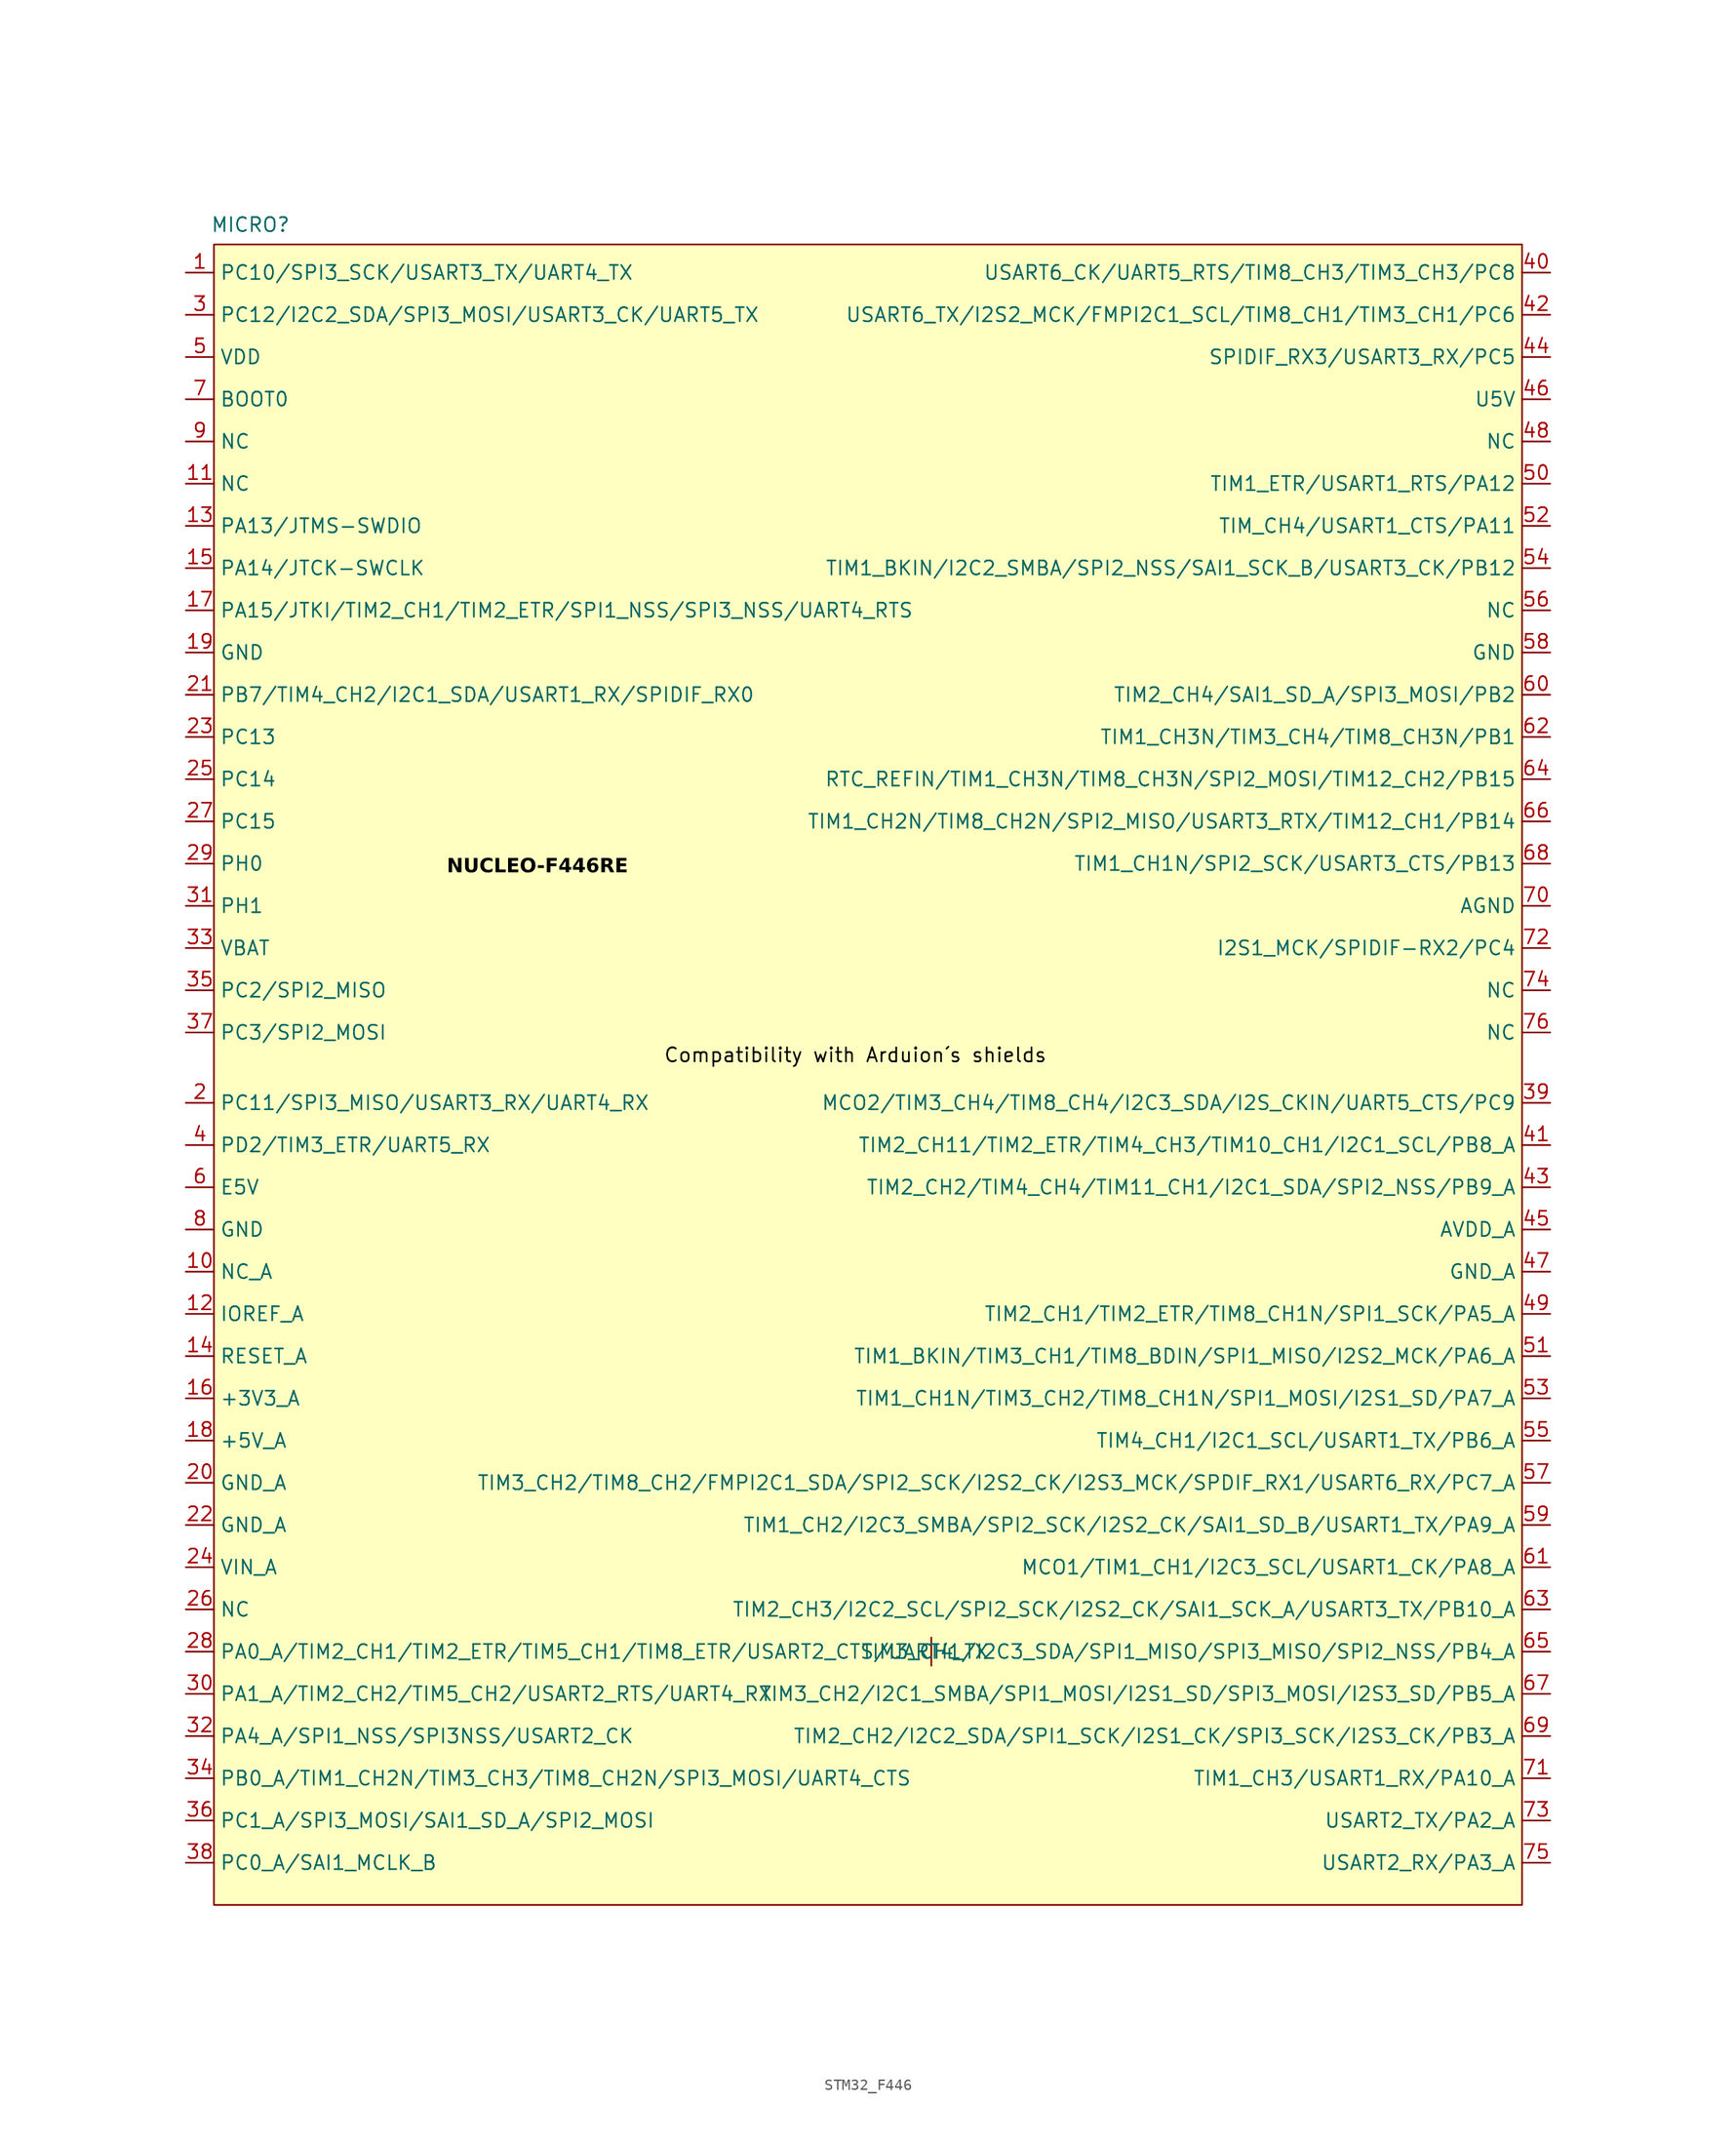
<source format=kicad_sym>
(kicad_symbol_lib
  (version 20231120)
  (generator "kicad_symbol_editor")
  (generator_version "8.0")
  (symbol "STM32_F446"
    (property "Reference" "MICRO"
      (at -38.608 41.148 0)
      (effects (font (size 1.27 1.27))))
    (property "Value" ""
      (at -43.18 -22.86 0)
      (effects (font (size 1.27 1.27))))
    (symbol "STM32_F446_1_1"
      (rectangle (start -41.91 39.37) (end 76.2 -110.49) (stroke (width 0) (type default)) (fill (type background)))
      (polyline (pts (xy 22.86 -86.36) (xy 22.86 -88.9)) (stroke (width 0) (type solid)) (fill (type none)))
      (text "Compatibility with Arduion´s shields" (at 16.002 -33.782 0) (effects (font (size 1.27 1.27) (color 0 0 0 1))))
      (text "NUCLEO-F446RE" (at -12.7 -16.764 0) (effects (font (face "Arial") (size 1.27 1.27) (thickness 0.254) (bold yes) (color 0 0 0 1))))
      (pin bidirectional line (at -44.45 36.83 0) (length 2.54) (name "PC10/SPI3_SCK/USART3_TX/UART4_TX" (effects (font (size 1.27 1.27)))) (number "1" (effects (font (size 1.27 1.27)))))
      (pin bidirectional line (at -44.45 -53.34 0) (length 2.54) (name "NC_A" (effects (font (size 1.27 1.27)))) (number "10" (effects (font (size 1.27 1.27)))))
      (pin bidirectional line (at -44.45 17.78 0) (length 2.54) (name "NC" (effects (font (size 1.27 1.27)))) (number "11" (effects (font (size 1.27 1.27)))))
      (pin bidirectional line (at -44.45 -57.15 0) (length 2.54) (name "IOREF_A" (effects (font (size 1.27 1.27)))) (number "12" (effects (font (size 1.27 1.27)))))
      (pin bidirectional line (at -44.45 13.97 0) (length 2.54) (name "PA13/JTMS-SWDIO" (effects (font (size 1.27 1.27)))) (number "13" (effects (font (size 1.27 1.27)))))
      (pin bidirectional line (at -44.45 -60.96 0) (length 2.54) (name "RESET_A" (effects (font (size 1.27 1.27)))) (number "14" (effects (font (size 1.27 1.27)))))
      (pin bidirectional line (at -44.45 10.16 0) (length 2.54) (name "PA14/JTCK-SWCLK" (effects (font (size 1.27 1.27)))) (number "15" (effects (font (size 1.27 1.27)))))
      (pin bidirectional line (at -44.45 -64.77 0) (length 2.54) (name "+3V3_A" (effects (font (size 1.27 1.27)))) (number "16" (effects (font (size 1.27 1.27)))))
      (pin bidirectional line (at -44.45 6.35 0) (length 2.54) (name "PA15/JTKI/TIM2_CH1/TIM2_ETR/SPI1_NSS/SPI3_NSS/UART4_RTS" (effects (font (size 1.27 1.27)))) (number "17" (effects (font (size 1.27 1.27)))))
      (pin bidirectional line (at -44.45 -68.58 0) (length 2.54) (name "+5V_A" (effects (font (size 1.27 1.27)))) (number "18" (effects (font (size 1.27 1.27)))))
      (pin bidirectional line (at -44.45 2.54 0) (length 2.54) (name "GND" (effects (font (size 1.27 1.27)))) (number "19" (effects (font (size 1.27 1.27)))))
      (pin bidirectional line (at -44.45 -38.1 0) (length 2.54) (name "PC11/SPI3_MISO/USART3_RX/UART4_RX" (effects (font (size 1.27 1.27)))) (number "2" (effects (font (size 1.27 1.27)))))
      (pin bidirectional line (at -44.45 -72.39 0) (length 2.54) (name "GND_A" (effects (font (size 1.27 1.27)))) (number "20" (effects (font (size 1.27 1.27)))))
      (pin bidirectional line (at -44.45 -1.27 0) (length 2.54) (name "PB7/TIM4_CH2/I2C1_SDA/USART1_RX/SPIDIF_RX0" (effects (font (size 1.27 1.27)))) (number "21" (effects (font (size 1.27 1.27)))))
      (pin bidirectional line (at -44.45 -76.2 0) (length 2.54) (name "GND_A" (effects (font (size 1.27 1.27)))) (number "22" (effects (font (size 1.27 1.27)))))
      (pin bidirectional line (at -44.45 -5.08 0) (length 2.54) (name "PC13" (effects (font (size 1.27 1.27)))) (number "23" (effects (font (size 1.27 1.27)))))
      (pin bidirectional line (at -44.45 -80.01 0) (length 2.54) (name "VIN_A" (effects (font (size 1.27 1.27)))) (number "24" (effects (font (size 1.27 1.27)))))
      (pin bidirectional line (at -44.45 -8.89 0) (length 2.54) (name "PC14" (effects (font (size 1.27 1.27)))) (number "25" (effects (font (size 1.27 1.27)))))
      (pin bidirectional line (at -44.45 -83.82 0) (length 2.54) (name "NC" (effects (font (size 1.27 1.27)))) (number "26" (effects (font (size 1.27 1.27)))))
      (pin bidirectional line (at -44.45 -12.7 0) (length 2.54) (name "PC15" (effects (font (size 1.27 1.27)))) (number "27" (effects (font (size 1.27 1.27)))))
      (pin bidirectional line (at -44.45 -87.63 0) (length 2.54) (name "PA0_A/TIM2_CH1/TIM2_ETR/TIM5_CH1/TIM8_ETR/USART2_CTS/UART4_TX" (effects (font (size 1.27 1.27)))) (number "28" (effects (font (size 1.27 1.27)))))
      (pin bidirectional line (at -44.45 -16.51 0) (length 2.54) (name "PH0" (effects (font (size 1.27 1.27)))) (number "29" (effects (font (size 1.27 1.27)))))
      (pin bidirectional line (at -44.45 33.02 0) (length 2.54) (name "PC12/I2C2_SDA/SPI3_MOSI/USART3_CK/UART5_TX" (effects (font (size 1.27 1.27)))) (number "3" (effects (font (size 1.27 1.27)))))
      (pin bidirectional line (at -44.45 -91.44 0) (length 2.54) (name "PA1_A/TIM2_CH2/TIM5_CH2/USART2_RTS/UART4_RX" (effects (font (size 1.27 1.27)))) (number "30" (effects (font (size 1.27 1.27)))))
      (pin bidirectional line (at -44.45 -20.32 0) (length 2.54) (name "PH1" (effects (font (size 1.27 1.27)))) (number "31" (effects (font (size 1.27 1.27)))))
      (pin bidirectional line (at -44.45 -95.25 0) (length 2.54) (name "PA4_A/SPI1_NSS/SPI3NSS/USART2_CK" (effects (font (size 1.27 1.27)))) (number "32" (effects (font (size 1.27 1.27)))))
      (pin bidirectional line (at -44.45 -24.13 0) (length 2.54) (name "VBAT" (effects (font (size 1.27 1.27)))) (number "33" (effects (font (size 1.27 1.27)))))
      (pin bidirectional line (at -44.45 -99.06 0) (length 2.54) (name "PB0_A/TIM1_CH2N/TIM3_CH3/TIM8_CH2N/SPI3_MOSI/UART4_CTS" (effects (font (size 1.27 1.27)))) (number "34" (effects (font (size 1.27 1.27)))))
      (pin bidirectional line (at -44.45 -27.94 0) (length 2.54) (name "PC2/SPI2_MISO" (effects (font (size 1.27 1.27)))) (number "35" (effects (font (size 1.27 1.27)))))
      (pin bidirectional line (at -44.45 -102.87 0) (length 2.54) (name "PC1_A/SPI3_MOSI/SAI1_SD_A/SPI2_MOSI" (effects (font (size 1.27 1.27)))) (number "36" (effects (font (size 1.27 1.27)))))
      (pin bidirectional line (at -44.45 -31.75 0) (length 2.54) (name "PC3/SPI2_MOSI" (effects (font (size 1.27 1.27)))) (number "37" (effects (font (size 1.27 1.27)))))
      (pin bidirectional line (at -44.45 -106.68 0) (length 2.54) (name "PC0_A/SAI1_MCLK_B" (effects (font (size 1.27 1.27)))) (number "38" (effects (font (size 1.27 1.27)))))
      (pin bidirectional line (at 78.74 -38.1 180) (length 2.54) (name "MCO2/TIM3_CH4/TIM8_CH4/I2C3_SDA/I2S_CKIN/UART5_CTS/PC9" (effects (font (size 1.27 1.27)))) (number "39" (effects (font (size 1.27 1.27)))))
      (pin bidirectional line (at -44.45 -41.91 0) (length 2.54) (name "PD2/TIM3_ETR/UART5_RX" (effects (font (size 1.27 1.27)))) (number "4" (effects (font (size 1.27 1.27)))))
      (pin bidirectional line (at 78.74 36.83 180) (length 2.54) (name "USART6_CK/UART5_RTS/TIM8_CH3/TIM3_CH3/PC8" (effects (font (size 1.27 1.27)))) (number "40" (effects (font (size 1.27 1.27)))))
      (pin bidirectional line (at 78.74 -41.91 180) (length 2.54) (name "TIM2_CH11/TIM2_ETR/TIM4_CH3/TIM10_CH1/I2C1_SCL/PB8_A" (effects (font (size 1.27 1.27)))) (number "41" (effects (font (size 1.27 1.27)))))
      (pin bidirectional line (at 78.74 33.02 180) (length 2.54) (name "USART6_TX/I2S2_MCK/FMPI2C1_SCL/TIM8_CH1/TIM3_CH1/PC6" (effects (font (size 1.27 1.27)))) (number "42" (effects (font (size 1.27 1.27)))))
      (pin bidirectional line (at 78.74 -45.72 180) (length 2.54) (name "TIM2_CH2/TIM4_CH4/TIM11_CH1/I2C1_SDA/SPI2_NSS/PB9_A" (effects (font (size 1.27 1.27)))) (number "43" (effects (font (size 1.27 1.27)))))
      (pin bidirectional line (at 78.74 29.21 180) (length 2.54) (name "SPIDIF_RX3/USART3_RX/PC5" (effects (font (size 1.27 1.27)))) (number "44" (effects (font (size 1.27 1.27)))))
      (pin bidirectional line (at 78.74 -49.53 180) (length 2.54) (name "AVDD_A" (effects (font (size 1.27 1.27)))) (number "45" (effects (font (size 1.27 1.27)))))
      (pin bidirectional line (at 78.74 25.4 180) (length 2.54) (name "U5V" (effects (font (size 1.27 1.27)))) (number "46" (effects (font (size 1.27 1.27)))))
      (pin bidirectional line (at 78.74 -53.34 180) (length 2.54) (name "GND_A" (effects (font (size 1.27 1.27)))) (number "47" (effects (font (size 1.27 1.27)))))
      (pin bidirectional line (at 78.74 21.59 180) (length 2.54) (name "NC" (effects (font (size 1.27 1.27)))) (number "48" (effects (font (size 1.27 1.27)))))
      (pin bidirectional line (at 78.74 -57.15 180) (length 2.54) (name "TIM2_CH1/TIM2_ETR/TIM8_CH1N/SPI1_SCK/PA5_A" (effects (font (size 1.27 1.27)))) (number "49" (effects (font (size 1.27 1.27)))))
      (pin bidirectional line (at -44.45 29.21 0) (length 2.54) (name "VDD" (effects (font (size 1.27 1.27)))) (number "5" (effects (font (size 1.27 1.27)))))
      (pin bidirectional line (at 78.74 17.78 180) (length 2.54) (name "TIM1_ETR/USART1_RTS/PA12" (effects (font (size 1.27 1.27)))) (number "50" (effects (font (size 1.27 1.27)))))
      (pin bidirectional line (at 78.74 -60.96 180) (length 2.54) (name "TIM1_BKIN/TIM3_CH1/TIM8_BDIN/SPI1_MISO/I2S2_MCK/PA6_A" (effects (font (size 1.27 1.27)))) (number "51" (effects (font (size 1.27 1.27)))))
      (pin bidirectional line (at 78.74 13.97 180) (length 2.54) (name "TIM_CH4/USART1_CTS/PA11" (effects (font (size 1.27 1.27)))) (number "52" (effects (font (size 1.27 1.27)))))
      (pin bidirectional line (at 78.74 -64.77 180) (length 2.54) (name "TIM1_CH1N/TIM3_CH2/TIM8_CH1N/SPI1_MOSI/I2S1_SD/PA7_A" (effects (font (size 1.27 1.27)))) (number "53" (effects (font (size 1.27 1.27)))))
      (pin bidirectional line (at 78.74 10.16 180) (length 2.54) (name "TIM1_BKIN/I2C2_SMBA/SPI2_NSS/SAI1_SCK_B/USART3_CK/PB12" (effects (font (size 1.27 1.27)))) (number "54" (effects (font (size 1.27 1.27)))))
      (pin bidirectional line (at 78.74 -68.58 180) (length 2.54) (name "TIM4_CH1/I2C1_SCL/USART1_TX/PB6_A" (effects (font (size 1.27 1.27)))) (number "55" (effects (font (size 1.27 1.27)))))
      (pin bidirectional line (at 78.74 6.35 180) (length 2.54) (name "NC" (effects (font (size 1.27 1.27)))) (number "56" (effects (font (size 1.27 1.27)))))
      (pin bidirectional line (at 78.74 -72.39 180) (length 2.54) (name "TIM3_CH2/TIM8_CH2/FMPI2C1_SDA/SPI2_SCK/I2S2_CK/I2S3_MCK/SPDIF_RX1/USART6_RX/PC7_A" (effects (font (size 1.27 1.27)))) (number "57" (effects (font (size 1.27 1.27)))))
      (pin bidirectional line (at 78.74 2.54 180) (length 2.54) (name "GND" (effects (font (size 1.27 1.27)))) (number "58" (effects (font (size 1.27 1.27)))))
      (pin bidirectional line (at 78.74 -76.2 180) (length 2.54) (name "TIM1_CH2/I2C3_SMBA/SPI2_SCK/I2S2_CK/SAI1_SD_B/USART1_TX/PA9_A" (effects (font (size 1.27 1.27)))) (number "59" (effects (font (size 1.27 1.27)))))
      (pin bidirectional line (at -44.45 -45.72 0) (length 2.54) (name "E5V" (effects (font (size 1.27 1.27)))) (number "6" (effects (font (size 1.27 1.27)))))
      (pin bidirectional line (at 78.74 -1.27 180) (length 2.54) (name "TIM2_CH4/SAI1_SD_A/SPI3_MOSI/PB2" (effects (font (size 1.27 1.27)))) (number "60" (effects (font (size 1.27 1.27)))))
      (pin bidirectional line (at 78.74 -80.01 180) (length 2.54) (name "MCO1/TIM1_CH1/I2C3_SCL/USART1_CK/PA8_A" (effects (font (size 1.27 1.27)))) (number "61" (effects (font (size 1.27 1.27)))))
      (pin bidirectional line (at 78.74 -5.08 180) (length 2.54) (name "TIM1_CH3N/TIM3_CH4/TIM8_CH3N/PB1" (effects (font (size 1.27 1.27)))) (number "62" (effects (font (size 1.27 1.27)))))
      (pin bidirectional line (at 78.74 -83.82 180) (length 2.54) (name "TIM2_CH3/I2C2_SCL/SPI2_SCK/I2S2_CK/SAI1_SCK_A/USART3_TX/PB10_A" (effects (font (size 1.27 1.27)))) (number "63" (effects (font (size 1.27 1.27)))))
      (pin bidirectional line (at 78.74 -8.89 180) (length 2.54) (name "RTC_REFIN/TIM1_CH3N/TIM8_CH3N/SPI2_MOSI/TIM12_CH2/PB15" (effects (font (size 1.27 1.27)))) (number "64" (effects (font (size 1.27 1.27)))))
      (pin bidirectional line (at 78.74 -87.63 180) (length 2.54) (name "TIM3_CH1/I2C3_SDA/SPI1_MISO/SPI3_MISO/SPI2_NSS/PB4_A" (effects (font (size 1.27 1.27)))) (number "65" (effects (font (size 1.27 1.27)))))
      (pin bidirectional line (at 78.74 -12.7 180) (length 2.54) (name "TIM1_CH2N/TIM8_CH2N/SPI2_MISO/USART3_RTX/TIM12_CH1/PB14" (effects (font (size 1.27 1.27)))) (number "66" (effects (font (size 1.27 1.27)))))
      (pin bidirectional line (at 78.74 -91.44 180) (length 2.54) (name "TIM3_CH2/I2C1_SMBA/SPI1_MOSI/I2S1_SD/SPI3_MOSI/I2S3_SD/PB5_A" (effects (font (size 1.27 1.27)))) (number "67" (effects (font (size 1.27 1.27)))))
      (pin bidirectional line (at 78.74 -16.51 180) (length 2.54) (name "TIM1_CH1N/SPI2_SCK/USART3_CTS/PB13" (effects (font (size 1.27 1.27)))) (number "68" (effects (font (size 1.27 1.27)))))
      (pin bidirectional line (at 78.74 -95.25 180) (length 2.54) (name "TIM2_CH2/I2C2_SDA/SPI1_SCK/I2S1_CK/SPI3_SCK/I2S3_CK/PB3_A" (effects (font (size 1.27 1.27)))) (number "69" (effects (font (size 1.27 1.27)))))
      (pin bidirectional line (at -44.45 25.4 0) (length 2.54) (name "BOOT0" (effects (font (size 1.27 1.27)))) (number "7" (effects (font (size 1.27 1.27)))))
      (pin bidirectional line (at 78.74 -20.32 180) (length 2.54) (name "AGND" (effects (font (size 1.27 1.27)))) (number "70" (effects (font (size 1.27 1.27)))))
      (pin bidirectional line (at 78.74 -99.06 180) (length 2.54) (name "TIM1_CH3/USART1_RX/PA10_A" (effects (font (size 1.27 1.27)))) (number "71" (effects (font (size 1.27 1.27)))))
      (pin bidirectional line (at 78.74 -24.13 180) (length 2.54) (name "I2S1_MCK/SPIDIF-RX2/PC4" (effects (font (size 1.27 1.27)))) (number "72" (effects (font (size 1.27 1.27)))))
      (pin bidirectional line (at 78.74 -102.87 180) (length 2.54) (name "USART2_TX/PA2_A" (effects (font (size 1.27 1.27)))) (number "73" (effects (font (size 1.27 1.27)))))
      (pin bidirectional line (at 78.74 -27.94 180) (length 2.54) (name "NC" (effects (font (size 1.27 1.27)))) (number "74" (effects (font (size 1.27 1.27)))))
      (pin bidirectional line (at 78.74 -106.68 180) (length 2.54) (name "USART2_RX/PA3_A" (effects (font (size 1.27 1.27)))) (number "75" (effects (font (size 1.27 1.27)))))
      (pin bidirectional line (at 78.74 -31.75 180) (length 2.54) (name "NC" (effects (font (size 1.27 1.27)))) (number "76" (effects (font (size 1.27 1.27)))))
      (pin bidirectional line (at -44.45 -49.53 0) (length 2.54) (name "GND" (effects (font (size 1.27 1.27)))) (number "8" (effects (font (size 1.27 1.27)))))
      (pin bidirectional line (at -44.45 21.59 0) (length 2.54) (name "NC" (effects (font (size 1.27 1.27)))) (number "9" (effects (font (size 1.27 1.27))))))))
</source>
